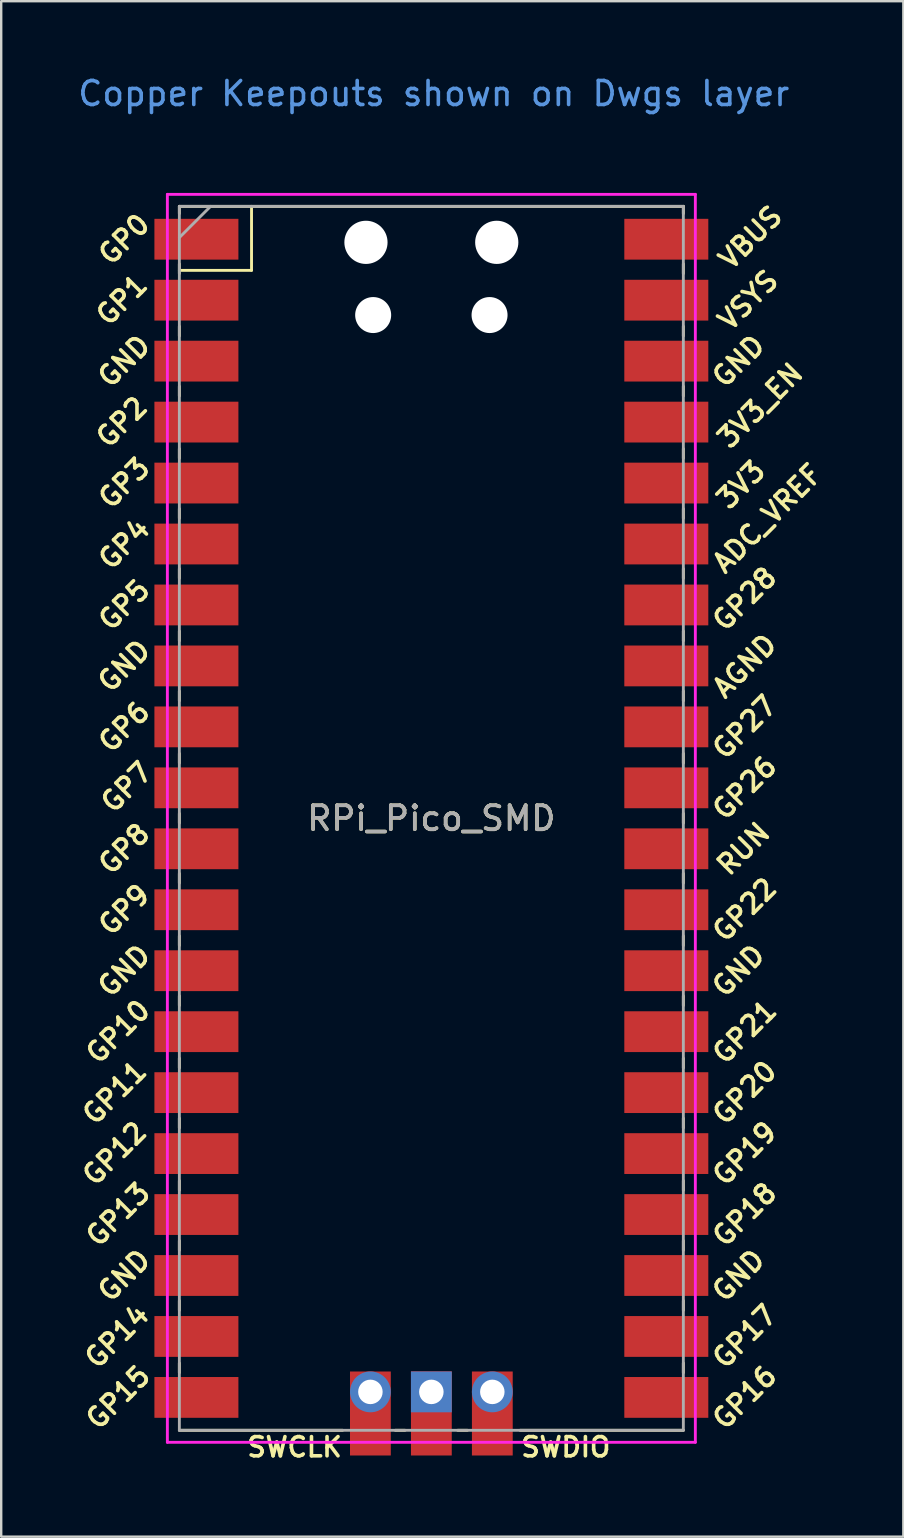
<source format=kicad_pcb>
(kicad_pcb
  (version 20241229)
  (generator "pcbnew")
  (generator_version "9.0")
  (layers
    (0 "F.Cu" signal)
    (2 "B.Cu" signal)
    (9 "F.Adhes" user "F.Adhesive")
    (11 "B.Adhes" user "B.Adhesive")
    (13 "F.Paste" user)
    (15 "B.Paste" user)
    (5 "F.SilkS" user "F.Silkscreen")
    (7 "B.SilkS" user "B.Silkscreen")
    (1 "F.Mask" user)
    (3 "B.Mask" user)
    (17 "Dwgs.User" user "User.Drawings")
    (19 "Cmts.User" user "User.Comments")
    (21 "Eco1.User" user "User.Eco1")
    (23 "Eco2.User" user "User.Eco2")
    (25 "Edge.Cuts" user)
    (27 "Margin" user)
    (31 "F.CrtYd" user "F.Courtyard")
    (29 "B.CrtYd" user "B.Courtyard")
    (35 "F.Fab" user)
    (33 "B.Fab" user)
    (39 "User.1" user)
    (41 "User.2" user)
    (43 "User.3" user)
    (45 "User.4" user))
  (footprint "RPi_Pico_SMD"
    (layer "F.Cu")
    (at 14.924 31.048)
    (property "Reference" "RPi_Pico_SMD" (at 0 0 0) (layer "F.SilkS") (effects (font (size 1 1) (thickness 0.15))))
    (attr through_hole)
    (fp_line (start -10.5 -25.5) (end -10.5 -25.2) (stroke (width 0.12) (type solid)) (layer "F.SilkS"))
    (fp_line (start -10.5 -25.5) (end 10.5 -25.5) (stroke (width 0.12) (type solid)) (layer "F.SilkS"))
    (fp_line (start -10.5 -23.1) (end -10.5 -22.7) (stroke (width 0.12) (type solid)) (layer "F.SilkS"))
    (fp_line (start -10.5 -22.833) (end -7.493 -22.833) (stroke (width 0.12) (type solid)) (layer "F.SilkS"))
    (fp_line (start -10.5 -20.5) (end -10.5 -20.1) (stroke (width 0.12) (type solid)) (layer "F.SilkS"))
    (fp_line (start -10.5 -18) (end -10.5 -17.6) (stroke (width 0.12) (type solid)) (layer "F.SilkS"))
    (fp_line (start -10.5 -15.4) (end -10.5 -15) (stroke (width 0.12) (type solid)) (layer "F.SilkS"))
    (fp_line (start -10.5 -12.9) (end -10.5 -12.5) (stroke (width 0.12) (type solid)) (layer "F.SilkS"))
    (fp_line (start -10.5 -10.4) (end -10.5 -10) (stroke (width 0.12) (type solid)) (layer "F.SilkS"))
    (fp_line (start -10.5 -7.8) (end -10.5 -7.4) (stroke (width 0.12) (type solid)) (layer "F.SilkS"))
    (fp_line (start -10.5 -5.3) (end -10.5 -4.9) (stroke (width 0.12) (type solid)) (layer "F.SilkS"))
    (fp_line (start -10.5 -2.7) (end -10.5 -2.3) (stroke (width 0.12) (type solid)) (layer "F.SilkS"))
    (fp_line (start -10.5 -0.2) (end -10.5 0.2) (stroke (width 0.12) (type solid)) (layer "F.SilkS"))
    (fp_line (start -10.5 2.3) (end -10.5 2.7) (stroke (width 0.12) (type solid)) (layer "F.SilkS"))
    (fp_line (start -10.5 4.9) (end -10.5 5.3) (stroke (width 0.12) (type solid)) (layer "F.SilkS"))
    (fp_line (start -10.5 7.4) (end -10.5 7.8) (stroke (width 0.12) (type solid)) (layer "F.SilkS"))
    (fp_line (start -10.5 10) (end -10.5 10.4) (stroke (width 0.12) (type solid)) (layer "F.SilkS"))
    (fp_line (start -10.5 12.5) (end -10.5 12.9) (stroke (width 0.12) (type solid)) (layer "F.SilkS"))
    (fp_line (start -10.5 15.1) (end -10.5 15.5) (stroke (width 0.12) (type solid)) (layer "F.SilkS"))
    (fp_line (start -10.5 17.6) (end -10.5 18) (stroke (width 0.12) (type solid)) (layer "F.SilkS"))
    (fp_line (start -10.5 20.1) (end -10.5 20.5) (stroke (width 0.12) (type solid)) (layer "F.SilkS"))
    (fp_line (start -10.5 22.7) (end -10.5 23.1) (stroke (width 0.12) (type solid)) (layer "F.SilkS"))
    (fp_line (start -7.493 -22.833) (end -7.493 -25.5) (stroke (width 0.12) (type solid)) (layer "F.SilkS"))
    (fp_line (start -3.7 25.5) (end -10.5 25.5) (stroke (width 0.12) (type solid)) (layer "F.SilkS"))
    (fp_line (start -1.5 25.5) (end -1.1 25.5) (stroke (width 0.12) (type solid)) (layer "F.SilkS"))
    (fp_line (start 1.1 25.5) (end 1.5 25.5) (stroke (width 0.12) (type solid)) (layer "F.SilkS"))
    (fp_line (start 10.5 -25.5) (end 10.5 -25.2) (stroke (width 0.12) (type solid)) (layer "F.SilkS"))
    (fp_line (start 10.5 -23.1) (end 10.5 -22.7) (stroke (width 0.12) (type solid)) (layer "F.SilkS"))
    (fp_line (start 10.5 -20.5) (end 10.5 -20.1) (stroke (width 0.12) (type solid)) (layer "F.SilkS"))
    (fp_line (start 10.5 -18) (end 10.5 -17.6) (stroke (width 0.12) (type solid)) (layer "F.SilkS"))
    (fp_line (start 10.5 -15.4) (end 10.5 -15) (stroke (width 0.12) (type solid)) (layer "F.SilkS"))
    (fp_line (start 10.5 -12.9) (end 10.5 -12.5) (stroke (width 0.12) (type solid)) (layer "F.SilkS"))
    (fp_line (start 10.5 -10.4) (end 10.5 -10) (stroke (width 0.12) (type solid)) (layer "F.SilkS"))
    (fp_line (start 10.5 -7.8) (end 10.5 -7.4) (stroke (width 0.12) (type solid)) (layer "F.SilkS"))
    (fp_line (start 10.5 -5.3) (end 10.5 -4.9) (stroke (width 0.12) (type solid)) (layer "F.SilkS"))
    (fp_line (start 10.5 -2.7) (end 10.5 -2.3) (stroke (width 0.12) (type solid)) (layer "F.SilkS"))
    (fp_line (start 10.5 -0.2) (end 10.5 0.2) (stroke (width 0.12) (type solid)) (layer "F.SilkS"))
    (fp_line (start 10.5 2.3) (end 10.5 2.7) (stroke (width 0.12) (type solid)) (layer "F.SilkS"))
    (fp_line (start 10.5 4.9) (end 10.5 5.3) (stroke (width 0.12) (type solid)) (layer "F.SilkS"))
    (fp_line (start 10.5 7.4) (end 10.5 7.8) (stroke (width 0.12) (type solid)) (layer "F.SilkS"))
    (fp_line (start 10.5 10) (end 10.5 10.4) (stroke (width 0.12) (type solid)) (layer "F.SilkS"))
    (fp_line (start 10.5 12.5) (end 10.5 12.9) (stroke (width 0.12) (type solid)) (layer "F.SilkS"))
    (fp_line (start 10.5 15.1) (end 10.5 15.5) (stroke (width 0.12) (type solid)) (layer "F.SilkS"))
    (fp_line (start 10.5 17.6) (end 10.5 18) (stroke (width 0.12) (type solid)) (layer "F.SilkS"))
    (fp_line (start 10.5 20.1) (end 10.5 20.5) (stroke (width 0.12) (type solid)) (layer "F.SilkS"))
    (fp_line (start 10.5 22.7) (end 10.5 23.1) (stroke (width 0.12) (type solid)) (layer "F.SilkS"))
    (fp_line (start 10.5 25.5) (end 3.7 25.5) (stroke (width 0.12) (type solid)) (layer "F.SilkS"))
    (fp_line (start -11 -26) (end 11 -26) (stroke (width 0.12) (type solid)) (layer "F.CrtYd"))
    (fp_line (start -11 26) (end -11 -26) (stroke (width 0.12) (type solid)) (layer "F.CrtYd"))
    (fp_line (start 11 -26) (end 11 26) (stroke (width 0.12) (type solid)) (layer "F.CrtYd"))
    (fp_line (start 11 26) (end -11 26) (stroke (width 0.12) (type solid)) (layer "F.CrtYd"))
    (fp_line (start -10.5 -25.5) (end 10.5 -25.5) (stroke (width 0.12) (type solid)) (layer "F.Fab"))
    (fp_line (start -10.5 -24.2) (end -9.2 -25.5) (stroke (width 0.12) (type solid)) (layer "F.Fab"))
    (fp_line (start -10.5 25.5) (end -10.5 -25.5) (stroke (width 0.12) (type solid)) (layer "F.Fab"))
    (fp_line (start 10.5 -25.5) (end 10.5 25.5) (stroke (width 0.12) (type solid)) (layer "F.Fab"))
    (fp_line (start 10.5 25.5) (end -10.5 25.5) (stroke (width 0.12) (type solid)) (layer "F.Fab"))
    (fp_text user "GP13" (at -13.054 16.51 45) (layer "F.SilkS") (effects (font (size 0.8 0.8) (thickness 0.15))))
    (fp_text user "GP15" (at -13.054 24.13 45) (layer "F.SilkS") (effects (font (size 0.8 0.8) (thickness 0.15))))
    (fp_text user "GP17" (at 13.054 21.59 45) (layer "F.SilkS") (effects (font (size 0.8 0.8) (thickness 0.15))))
    (fp_text user "GP21" (at 13.054 8.9 45) (layer "F.SilkS") (effects (font (size 0.8 0.8) (thickness 0.15))))
    (fp_text user "3V3" (at 12.9 -13.9 45) (layer "F.SilkS") (effects (font (size 0.8 0.8) (thickness 0.15))))
    (fp_text user "GP12" (at -13.2 13.97 45) (layer "F.SilkS") (effects (font (size 0.8 0.8) (thickness 0.15))))
    (fp_text user "GP1" (at -12.9 -21.6 45) (layer "F.SilkS") (effects (font (size 0.8 0.8) (thickness 0.15))))
    (fp_text user "GP0" (at -12.8 -24.13 45) (layer "F.SilkS") (effects (font (size 0.8 0.8) (thickness 0.15))))
    (fp_text user "GP14" (at -13.1 21.59 45) (layer "F.SilkS") (effects (font (size 0.8 0.8) (thickness 0.15))))
    (fp_text user "GND" (at -12.8 -19.05 45) (layer "F.SilkS") (effects (font (size 0.8 0.8) (thickness 0.15))))
    (fp_text user "GP16" (at 13.054 24.13 45) (layer "F.SilkS") (effects (font (size 0.8 0.8) (thickness 0.15))))
    (fp_text user "GP27" (at 13.054 -3.8 45) (layer "F.SilkS") (effects (font (size 0.8 0.8) (thickness 0.15))))
    (fp_text user "GP8" (at -12.8 1.27 45) (layer "F.SilkS") (effects (font (size 0.8 0.8) (thickness 0.15))))
    (fp_text user "ADC_VREF" (at 14 -12.5 45) (layer "F.SilkS") (effects (font (size 0.8 0.8) (thickness 0.15))))
    (fp_text user "GP20" (at 13.054 11.43 45) (layer "F.SilkS") (effects (font (size 0.8 0.8) (thickness 0.15))))
    (fp_text user "GND" (at 12.8 -19.05 45) (layer "F.SilkS") (effects (font (size 0.8 0.8) (thickness 0.15))))
    (fp_text user "GND" (at -12.8 19.05 45) (layer "F.SilkS") (effects (font (size 0.8 0.8) (thickness 0.15))))
    (fp_text user "3V3_EN" (at 13.7 -17.2 45) (layer "F.SilkS") (effects (font (size 0.8 0.8) (thickness 0.15))))
    (fp_text user "SWCLK" (at -5.7 26.2 0) (layer "F.SilkS") (effects (font (size 0.8 0.8) (thickness 0.15))))
    (fp_text user "GP26" (at 13.054 -1.27 45) (layer "F.SilkS") (effects (font (size 0.8 0.8) (thickness 0.15))))
    (fp_text user "GP4" (at -12.8 -11.43 45) (layer "F.SilkS") (effects (font (size 0.8 0.8) (thickness 0.15))))
    (fp_text user "GND" (at 12.8 6.35 45) (layer "F.SilkS") (effects (font (size 0.8 0.8) (thickness 0.15))))
    (fp_text user "VBUS" (at 13.3 -24.2 45) (layer "F.SilkS") (effects (font (size 0.8 0.8) (thickness 0.15))))
    (fp_text user "GP9" (at -12.8 3.81 45) (layer "F.SilkS") (effects (font (size 0.8 0.8) (thickness 0.15))))
    (fp_text user "AGND" (at 13.054 -6.35 45) (layer "F.SilkS") (effects (font (size 0.8 0.8) (thickness 0.15))))
    (fp_text user "GP10" (at -13.054 8.89 45) (layer "F.SilkS") (effects (font (size 0.8 0.8) (thickness 0.15))))
    (fp_text user "VSYS" (at 13.2 -21.59 45) (layer "F.SilkS") (effects (font (size 0.8 0.8) (thickness 0.15))))
    (fp_text user "GP3" (at -12.8 -13.97 45) (layer "F.SilkS") (effects (font (size 0.8 0.8) (thickness 0.15))))
    (fp_text user "GND" (at 12.8 19.05 45) (layer "F.SilkS") (effects (font (size 0.8 0.8) (thickness 0.15))))
    (fp_text user "GP18" (at 13.054 16.51 45) (layer "F.SilkS") (effects (font (size 0.8 0.8) (thickness 0.15))))
    (fp_text user "GP19" (at 13.054 13.97 45) (layer "F.SilkS") (effects (font (size 0.8 0.8) (thickness 0.15))))
    (fp_text user "RUN" (at 13 1.27 45) (layer "F.SilkS") (effects (font (size 0.8 0.8) (thickness 0.15))))
    (fp_text user "GP5" (at -12.8 -8.89 45) (layer "F.SilkS") (effects (font (size 0.8 0.8) (thickness 0.15))))
    (fp_text user "GP2" (at -12.9 -16.51 45) (layer "F.SilkS") (effects (font (size 0.8 0.8) (thickness 0.15))))
    (fp_text user "GP28" (at 13.054 -9.144 45) (layer "F.SilkS") (effects (font (size 0.8 0.8) (thickness 0.15))))
    (fp_text user "GP7" (at -12.7 -1.3 45) (layer "F.SilkS") (effects (font (size 0.8 0.8) (thickness 0.15))))
    (fp_text user "GND" (at -12.8 -6.35 45) (layer "F.SilkS") (effects (font (size 0.8 0.8) (thickness 0.15))))
    (fp_text user "GP6" (at -12.8 -3.81 45) (layer "F.SilkS") (effects (font (size 0.8 0.8) (thickness 0.15))))
    (fp_text user "GND" (at -12.8 6.35 45) (layer "F.SilkS") (effects (font (size 0.8 0.8) (thickness 0.15))))
    (fp_text user "SWDIO" (at 5.6 26.2 0) (layer "F.SilkS") (effects (font (size 0.8 0.8) (thickness 0.15))))
    (fp_text user "GP22" (at 13.054 3.81 45) (layer "F.SilkS") (effects (font (size 0.8 0.8) (thickness 0.15))))
    (fp_text user "GP11" (at -13.2 11.43 45) (layer "F.SilkS") (effects (font (size 0.8 0.8) (thickness 0.15))))
    (fp_text user "Copper Keepouts shown on Dwgs layer" (at 0.1 -30.2 0) (layer "Cmts.User") (effects (font (size 1 1) (thickness 0.15))))
    (fp_text user "${REFERENCE}" (at 0 0 180) (layer "F.Fab") (effects (font (size 1 1) (thickness 0.15))))
    (pad "" np_thru_hole oval (at -2.725 -24) (size 1.8 1.8) (drill 1.8) (layers "*.Cu" "*.Mask"))
    (pad "" np_thru_hole oval (at -2.425 -20.97) (size 1.5 1.5) (drill 1.5) (layers "*.Cu" "*.Mask"))
    (pad "" np_thru_hole oval (at 2.425 -20.97) (size 1.5 1.5) (drill 1.5) (layers "*.Cu" "*.Mask"))
    (pad "" np_thru_hole oval (at 2.725 -24) (size 1.8 1.8) (drill 1.8) (layers "*.Cu" "*.Mask"))
    (pad "1" smd rect (at -8.89 -24.13) (size 3.5 1.7) (drill (offset -0.9 0)) (layers "F.Cu" "F.Mask"))
    (pad "2" smd rect (at -8.89 -21.59) (size 3.5 1.7) (drill (offset -0.9 0)) (layers "F.Cu" "F.Mask"))
    (pad "3" smd rect (at -8.89 -19.05) (size 3.5 1.7) (drill (offset -0.9 0)) (layers "F.Cu" "F.Mask"))
    (pad "4" smd rect (at -8.89 -16.51) (size 3.5 1.7) (drill (offset -0.9 0)) (layers "F.Cu" "F.Mask"))
    (pad "5" smd rect (at -8.89 -13.97) (size 3.5 1.7) (drill (offset -0.9 0)) (layers "F.Cu" "F.Mask"))
    (pad "6" smd rect (at -8.89 -11.43) (size 3.5 1.7) (drill (offset -0.9 0)) (layers "F.Cu" "F.Mask"))
    (pad "7" smd rect (at -8.89 -8.89) (size 3.5 1.7) (drill (offset -0.9 0)) (layers "F.Cu" "F.Mask"))
    (pad "8" smd rect (at -8.89 -6.35) (size 3.5 1.7) (drill (offset -0.9 0)) (layers "F.Cu" "F.Mask"))
    (pad "9" smd rect (at -8.89 -3.81) (size 3.5 1.7) (drill (offset -0.9 0)) (layers "F.Cu" "F.Mask"))
    (pad "10" smd rect (at -8.89 -1.27) (size 3.5 1.7) (drill (offset -0.9 0)) (layers "F.Cu" "F.Mask"))
    (pad "11" smd rect (at -8.89 1.27) (size 3.5 1.7) (drill (offset -0.9 0)) (layers "F.Cu" "F.Mask"))
    (pad "12" smd rect (at -8.89 3.81) (size 3.5 1.7) (drill (offset -0.9 0)) (layers "F.Cu" "F.Mask"))
    (pad "13" smd rect (at -8.89 6.35) (size 3.5 1.7) (drill (offset -0.9 0)) (layers "F.Cu" "F.Mask"))
    (pad "14" smd rect (at -8.89 8.89) (size 3.5 1.7) (drill (offset -0.9 0)) (layers "F.Cu" "F.Mask"))
    (pad "15" smd rect (at -8.89 11.43) (size 3.5 1.7) (drill (offset -0.9 0)) (layers "F.Cu" "F.Mask"))
    (pad "16" smd rect (at -8.89 13.97) (size 3.5 1.7) (drill (offset -0.9 0)) (layers "F.Cu" "F.Mask"))
    (pad "17" smd rect (at -8.89 16.51) (size 3.5 1.7) (drill (offset -0.9 0)) (layers "F.Cu" "F.Mask"))
    (pad "18" smd rect (at -8.89 19.05) (size 3.5 1.7) (drill (offset -0.9 0)) (layers "F.Cu" "F.Mask"))
    (pad "19" smd rect (at -8.89 21.59) (size 3.5 1.7) (drill (offset -0.9 0)) (layers "F.Cu" "F.Mask"))
    (pad "20" smd rect (at -8.89 24.13) (size 3.5 1.7) (drill (offset -0.9 0)) (layers "F.Cu" "F.Mask"))
    (pad "21" smd rect (at 8.89 24.13) (size 3.5 1.7) (drill (offset 0.9 0)) (layers "F.Cu" "F.Mask"))
    (pad "22" smd rect (at 8.89 21.59) (size 3.5 1.7) (drill (offset 0.9 0)) (layers "F.Cu" "F.Mask"))
    (pad "23" smd rect (at 8.89 19.05) (size 3.5 1.7) (drill (offset 0.9 0)) (layers "F.Cu" "F.Mask"))
    (pad "24" smd rect (at 8.89 16.51) (size 3.5 1.7) (drill (offset 0.9 0)) (layers "F.Cu" "F.Mask"))
    (pad "25" smd rect (at 8.89 13.97) (size 3.5 1.7) (drill (offset 0.9 0)) (layers "F.Cu" "F.Mask"))
    (pad "26" smd rect (at 8.89 11.43) (size 3.5 1.7) (drill (offset 0.9 0)) (layers "F.Cu" "F.Mask"))
    (pad "27" smd rect (at 8.89 8.89) (size 3.5 1.7) (drill (offset 0.9 0)) (layers "F.Cu" "F.Mask"))
    (pad "28" smd rect (at 8.89 6.35) (size 3.5 1.7) (drill (offset 0.9 0)) (layers "F.Cu" "F.Mask"))
    (pad "29" smd rect (at 8.89 3.81) (size 3.5 1.7) (drill (offset 0.9 0)) (layers "F.Cu" "F.Mask"))
    (pad "30" smd rect (at 8.89 1.27) (size 3.5 1.7) (drill (offset 0.9 0)) (layers "F.Cu" "F.Mask"))
    (pad "31" smd rect (at 8.89 -1.27) (size 3.5 1.7) (drill (offset 0.9 0)) (layers "F.Cu" "F.Mask"))
    (pad "32" smd rect (at 8.89 -3.81) (size 3.5 1.7) (drill (offset 0.9 0)) (layers "F.Cu" "F.Mask"))
    (pad "33" smd rect (at 8.89 -6.35) (size 3.5 1.7) (drill (offset 0.9 0)) (layers "F.Cu" "F.Mask"))
    (pad "34" smd rect (at 8.89 -8.89) (size 3.5 1.7) (drill (offset 0.9 0)) (layers "F.Cu" "F.Mask"))
    (pad "35" smd rect (at 8.89 -11.43) (size 3.5 1.7) (drill (offset 0.9 0)) (layers "F.Cu" "F.Mask"))
    (pad "36" smd rect (at 8.89 -13.97) (size 3.5 1.7) (drill (offset 0.9 0)) (layers "F.Cu" "F.Mask"))
    (pad "37" smd rect (at 8.89 -16.51) (size 3.5 1.7) (drill (offset 0.9 0)) (layers "F.Cu" "F.Mask"))
    (pad "38" smd rect (at 8.89 -19.05) (size 3.5 1.7) (drill (offset 0.9 0)) (layers "F.Cu" "F.Mask"))
    (pad "39" smd rect (at 8.89 -21.59) (size 3.5 1.7) (drill (offset 0.9 0)) (layers "F.Cu" "F.Mask"))
    (pad "40" smd rect (at 8.89 -24.13) (size 3.5 1.7) (drill (offset 0.9 0)) (layers "F.Cu" "F.Mask"))
    (pad "41" thru_hole oval (at -2.54 23.9) (size 1.7 1.7) (drill 1.02) (layers "*.Cu" "*.Mask"))
    (pad "41" smd rect (at -2.54 23.9 90) (size 3.5 1.7) (drill (offset -0.9 0)) (layers "F.Cu" "F.Mask"))
    (pad "42" thru_hole rect (at 0 23.9) (size 1.7 1.7) (drill 1.02) (layers "*.Cu" "*.Mask"))
    (pad "42" smd rect (at 0 23.9 90) (size 3.5 1.7) (drill (offset -0.9 0)) (layers "F.Cu" "F.Mask"))
    (pad "43" thru_hole oval (at 2.54 23.9) (size 1.7 1.7) (drill 1.02) (layers "*.Cu" "*.Mask"))
    (pad "43" smd rect (at 2.54 23.9 90) (size 3.5 1.7) (drill (offset -0.9 0)) (layers "F.Cu" "F.Mask"))
    (zone (net_name "") (layer "F.Cu") (hatch edge 0.508) (connect_pads) (min_thickness 0.254) (filled_areas_thickness no) (keepout (tracks not_allowed) (vias not_allowed) (pads not_allowed) (copperpour not_allowed) (footprints allowed)) (placement (enabled no)) (fill) (polygon (pts (xy 13.524 19.648) (xy 11.324 19.648) (xy 11.324 12.448) (xy 13.524 12.448))))
    (zone (net_name "") (layer "F.Cu") (hatch edge 0.508) (connect_pads) (min_thickness 0.254) (filled_areas_thickness no) (keepout (tracks not_allowed) (vias not_allowed) (pads not_allowed) (copperpour not_allowed) (footprints allowed)) (placement (enabled no)) (fill) (polygon (pts (xy 18.724 10.948) (xy 11.124 10.948) (xy 11.124 6.048) (xy 18.724 6.048)))))
  (gr_rect
    (start -3 -3)
    (end 34.591 60.98)
    (stroke (width 0.1) (type default))
    (fill no)
    (layer "Edge.Cuts")))
</source>
